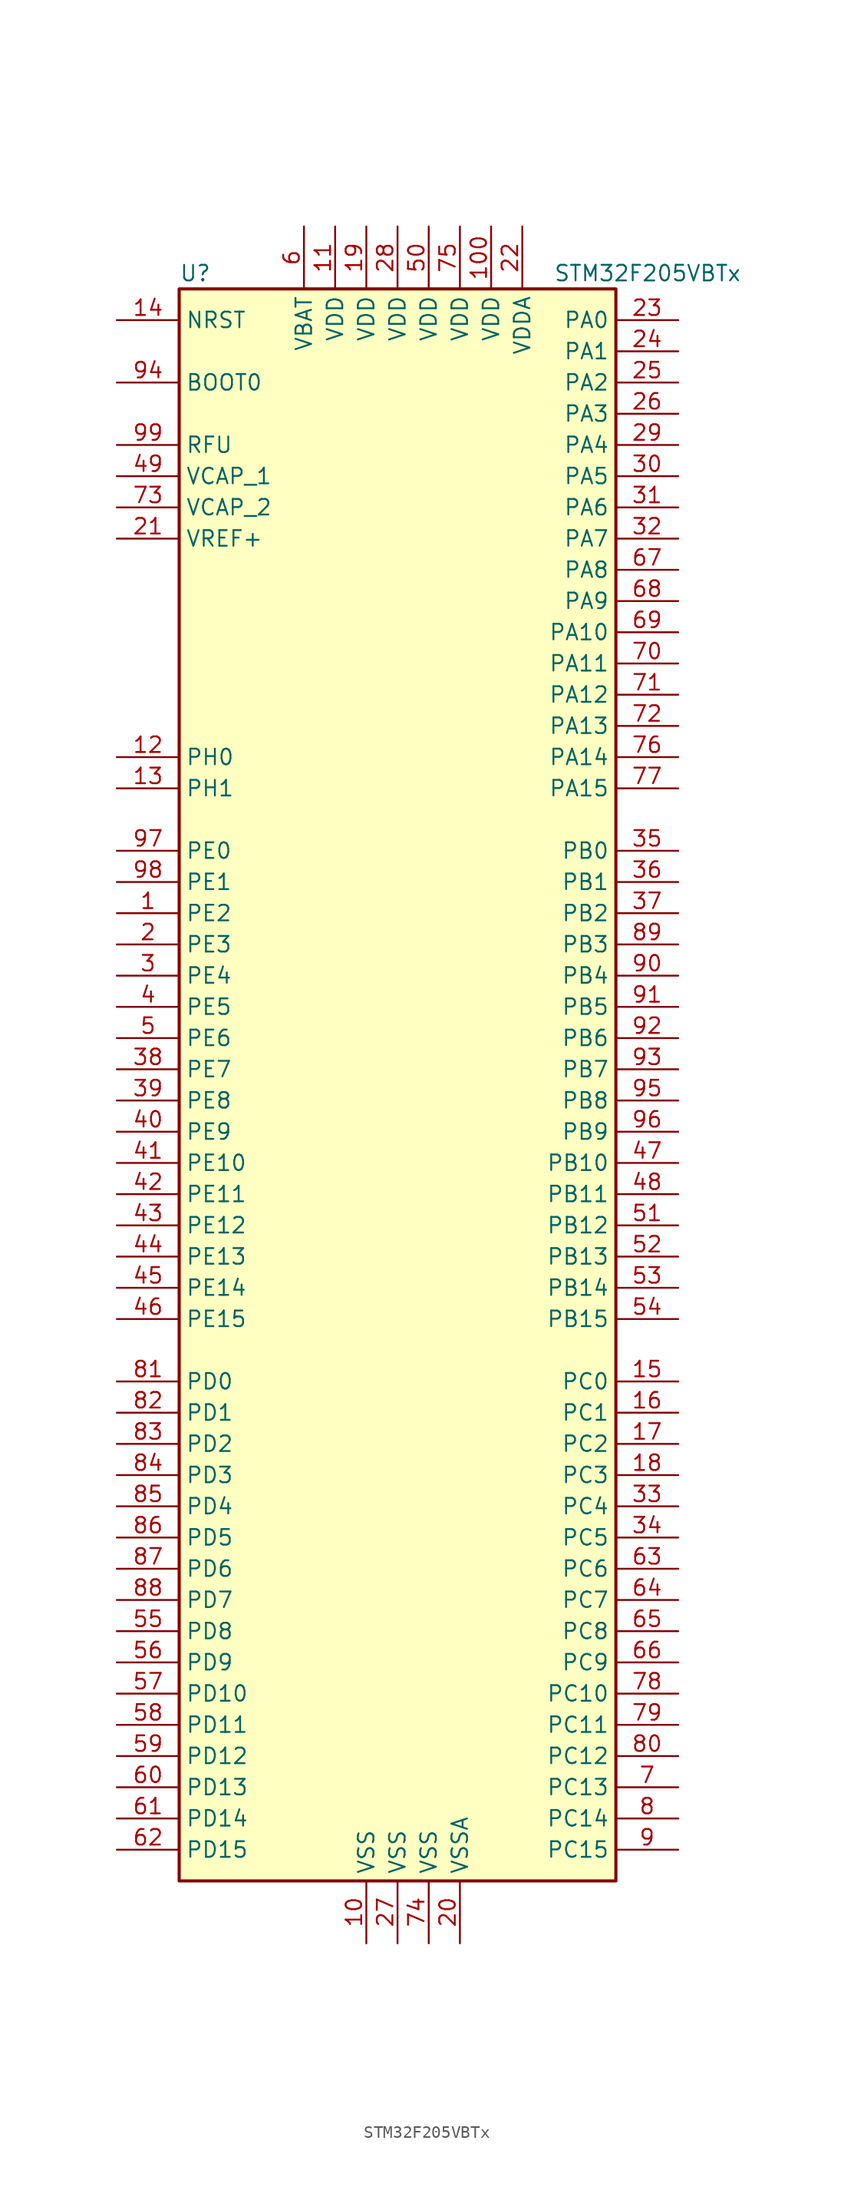
<source format=kicad_sym>
(kicad_symbol_lib
  (version 20201005)
  (generator kicad_symbol_editor)
  (symbol "STM32F205VBTx"
    (property "Reference" "U"
      (at -17.78 64.77 0)
      (effects (font (size 1.27 1.27)) (justify left)))
    (property "Value" "STM32F205VBTx"
      (at 12.7 64.77 0)
      (effects (font (size 1.27 1.27)) (justify left)))
    (symbol "STM32F205VBTx_0_1"
      (rectangle (start -17.78 -66.04) (end 17.78 63.5) (stroke (width 0.254)) (fill (type background))))
    (symbol "STM32F205VBTx_1_1"
      (pin bidirectional line (at -22.86 12.7 0) (length 5.08) (name "PE2" (effects (font (size 1.27 1.27)))) (number "1" (effects (font (size 1.27 1.27)))))
      (pin power_in line (at -2.54 -71.12 90) (length 5.08) (name "VSS" (effects (font (size 1.27 1.27)))) (number "10" (effects (font (size 1.27 1.27)))))
      (pin power_in line (at 7.62 68.58 270) (length 5.08) (name "VDD" (effects (font (size 1.27 1.27)))) (number "100" (effects (font (size 1.27 1.27)))))
      (pin power_in line (at -5.08 68.58 270) (length 5.08) (name "VDD" (effects (font (size 1.27 1.27)))) (number "11" (effects (font (size 1.27 1.27)))))
      (pin input line (at -22.86 25.4 0) (length 5.08) (name "PH0" (effects (font (size 1.27 1.27)))) (number "12" (effects (font (size 1.27 1.27)))))
      (pin input line (at -22.86 22.86 0) (length 5.08) (name "PH1" (effects (font (size 1.27 1.27)))) (number "13" (effects (font (size 1.27 1.27)))))
      (pin input line (at -22.86 60.96 0) (length 5.08) (name "NRST" (effects (font (size 1.27 1.27)))) (number "14" (effects (font (size 1.27 1.27)))))
      (pin bidirectional line (at 22.86 -25.4 180) (length 5.08) (name "PC0" (effects (font (size 1.27 1.27)))) (number "15" (effects (font (size 1.27 1.27)))))
      (pin bidirectional line (at 22.86 -27.94 180) (length 5.08) (name "PC1" (effects (font (size 1.27 1.27)))) (number "16" (effects (font (size 1.27 1.27)))))
      (pin bidirectional line (at 22.86 -30.48 180) (length 5.08) (name "PC2" (effects (font (size 1.27 1.27)))) (number "17" (effects (font (size 1.27 1.27)))))
      (pin bidirectional line (at 22.86 -33.02 180) (length 5.08) (name "PC3" (effects (font (size 1.27 1.27)))) (number "18" (effects (font (size 1.27 1.27)))))
      (pin power_in line (at -2.54 68.58 270) (length 5.08) (name "VDD" (effects (font (size 1.27 1.27)))) (number "19" (effects (font (size 1.27 1.27)))))
      (pin bidirectional line (at -22.86 10.16 0) (length 5.08) (name "PE3" (effects (font (size 1.27 1.27)))) (number "2" (effects (font (size 1.27 1.27)))))
      (pin power_in line (at 5.08 -71.12 90) (length 5.08) (name "VSSA" (effects (font (size 1.27 1.27)))) (number "20" (effects (font (size 1.27 1.27)))))
      (pin power_in line (at -22.86 43.18 0) (length 5.08) (name "VREF+" (effects (font (size 1.27 1.27)))) (number "21" (effects (font (size 1.27 1.27)))))
      (pin power_in line (at 10.16 68.58 270) (length 5.08) (name "VDDA" (effects (font (size 1.27 1.27)))) (number "22" (effects (font (size 1.27 1.27)))))
      (pin bidirectional line (at 22.86 60.96 180) (length 5.08) (name "PA0" (effects (font (size 1.27 1.27)))) (number "23" (effects (font (size 1.27 1.27)))))
      (pin bidirectional line (at 22.86 58.42 180) (length 5.08) (name "PA1" (effects (font (size 1.27 1.27)))) (number "24" (effects (font (size 1.27 1.27)))))
      (pin bidirectional line (at 22.86 55.88 180) (length 5.08) (name "PA2" (effects (font (size 1.27 1.27)))) (number "25" (effects (font (size 1.27 1.27)))))
      (pin bidirectional line (at 22.86 53.34 180) (length 5.08) (name "PA3" (effects (font (size 1.27 1.27)))) (number "26" (effects (font (size 1.27 1.27)))))
      (pin power_in line (at 0 -71.12 90) (length 5.08) (name "VSS" (effects (font (size 1.27 1.27)))) (number "27" (effects (font (size 1.27 1.27)))))
      (pin power_in line (at 0 68.58 270) (length 5.08) (name "VDD" (effects (font (size 1.27 1.27)))) (number "28" (effects (font (size 1.27 1.27)))))
      (pin bidirectional line (at 22.86 50.8 180) (length 5.08) (name "PA4" (effects (font (size 1.27 1.27)))) (number "29" (effects (font (size 1.27 1.27)))))
      (pin bidirectional line (at -22.86 7.62 0) (length 5.08) (name "PE4" (effects (font (size 1.27 1.27)))) (number "3" (effects (font (size 1.27 1.27)))))
      (pin bidirectional line (at 22.86 48.26 180) (length 5.08) (name "PA5" (effects (font (size 1.27 1.27)))) (number "30" (effects (font (size 1.27 1.27)))))
      (pin bidirectional line (at 22.86 45.72 180) (length 5.08) (name "PA6" (effects (font (size 1.27 1.27)))) (number "31" (effects (font (size 1.27 1.27)))))
      (pin bidirectional line (at 22.86 43.18 180) (length 5.08) (name "PA7" (effects (font (size 1.27 1.27)))) (number "32" (effects (font (size 1.27 1.27)))))
      (pin bidirectional line (at 22.86 -35.56 180) (length 5.08) (name "PC4" (effects (font (size 1.27 1.27)))) (number "33" (effects (font (size 1.27 1.27)))))
      (pin bidirectional line (at 22.86 -38.1 180) (length 5.08) (name "PC5" (effects (font (size 1.27 1.27)))) (number "34" (effects (font (size 1.27 1.27)))))
      (pin bidirectional line (at 22.86 17.78 180) (length 5.08) (name "PB0" (effects (font (size 1.27 1.27)))) (number "35" (effects (font (size 1.27 1.27)))))
      (pin bidirectional line (at 22.86 15.24 180) (length 5.08) (name "PB1" (effects (font (size 1.27 1.27)))) (number "36" (effects (font (size 1.27 1.27)))))
      (pin bidirectional line (at 22.86 12.7 180) (length 5.08) (name "PB2" (effects (font (size 1.27 1.27)))) (number "37" (effects (font (size 1.27 1.27)))))
      (pin bidirectional line (at -22.86 0 0) (length 5.08) (name "PE7" (effects (font (size 1.27 1.27)))) (number "38" (effects (font (size 1.27 1.27)))))
      (pin bidirectional line (at -22.86 -2.54 0) (length 5.08) (name "PE8" (effects (font (size 1.27 1.27)))) (number "39" (effects (font (size 1.27 1.27)))))
      (pin bidirectional line (at -22.86 5.08 0) (length 5.08) (name "PE5" (effects (font (size 1.27 1.27)))) (number "4" (effects (font (size 1.27 1.27)))))
      (pin bidirectional line (at -22.86 -5.08 0) (length 5.08) (name "PE9" (effects (font (size 1.27 1.27)))) (number "40" (effects (font (size 1.27 1.27)))))
      (pin bidirectional line (at -22.86 -7.62 0) (length 5.08) (name "PE10" (effects (font (size 1.27 1.27)))) (number "41" (effects (font (size 1.27 1.27)))))
      (pin bidirectional line (at -22.86 -10.16 0) (length 5.08) (name "PE11" (effects (font (size 1.27 1.27)))) (number "42" (effects (font (size 1.27 1.27)))))
      (pin bidirectional line (at -22.86 -12.7 0) (length 5.08) (name "PE12" (effects (font (size 1.27 1.27)))) (number "43" (effects (font (size 1.27 1.27)))))
      (pin bidirectional line (at -22.86 -15.24 0) (length 5.08) (name "PE13" (effects (font (size 1.27 1.27)))) (number "44" (effects (font (size 1.27 1.27)))))
      (pin bidirectional line (at -22.86 -17.78 0) (length 5.08) (name "PE14" (effects (font (size 1.27 1.27)))) (number "45" (effects (font (size 1.27 1.27)))))
      (pin bidirectional line (at -22.86 -20.32 0) (length 5.08) (name "PE15" (effects (font (size 1.27 1.27)))) (number "46" (effects (font (size 1.27 1.27)))))
      (pin bidirectional line (at 22.86 -7.62 180) (length 5.08) (name "PB10" (effects (font (size 1.27 1.27)))) (number "47" (effects (font (size 1.27 1.27)))))
      (pin bidirectional line (at 22.86 -10.16 180) (length 5.08) (name "PB11" (effects (font (size 1.27 1.27)))) (number "48" (effects (font (size 1.27 1.27)))))
      (pin power_in line (at -22.86 48.26 0) (length 5.08) (name "VCAP_1" (effects (font (size 1.27 1.27)))) (number "49" (effects (font (size 1.27 1.27)))))
      (pin bidirectional line (at -22.86 2.54 0) (length 5.08) (name "PE6" (effects (font (size 1.27 1.27)))) (number "5" (effects (font (size 1.27 1.27)))))
      (pin power_in line (at 2.54 68.58 270) (length 5.08) (name "VDD" (effects (font (size 1.27 1.27)))) (number "50" (effects (font (size 1.27 1.27)))))
      (pin bidirectional line (at 22.86 -12.7 180) (length 5.08) (name "PB12" (effects (font (size 1.27 1.27)))) (number "51" (effects (font (size 1.27 1.27)))))
      (pin bidirectional line (at 22.86 -15.24 180) (length 5.08) (name "PB13" (effects (font (size 1.27 1.27)))) (number "52" (effects (font (size 1.27 1.27)))))
      (pin bidirectional line (at 22.86 -17.78 180) (length 5.08) (name "PB14" (effects (font (size 1.27 1.27)))) (number "53" (effects (font (size 1.27 1.27)))))
      (pin bidirectional line (at 22.86 -20.32 180) (length 5.08) (name "PB15" (effects (font (size 1.27 1.27)))) (number "54" (effects (font (size 1.27 1.27)))))
      (pin bidirectional line (at -22.86 -45.72 0) (length 5.08) (name "PD8" (effects (font (size 1.27 1.27)))) (number "55" (effects (font (size 1.27 1.27)))))
      (pin bidirectional line (at -22.86 -48.26 0) (length 5.08) (name "PD9" (effects (font (size 1.27 1.27)))) (number "56" (effects (font (size 1.27 1.27)))))
      (pin bidirectional line (at -22.86 -50.8 0) (length 5.08) (name "PD10" (effects (font (size 1.27 1.27)))) (number "57" (effects (font (size 1.27 1.27)))))
      (pin bidirectional line (at -22.86 -53.34 0) (length 5.08) (name "PD11" (effects (font (size 1.27 1.27)))) (number "58" (effects (font (size 1.27 1.27)))))
      (pin bidirectional line (at -22.86 -55.88 0) (length 5.08) (name "PD12" (effects (font (size 1.27 1.27)))) (number "59" (effects (font (size 1.27 1.27)))))
      (pin power_in line (at -7.62 68.58 270) (length 5.08) (name "VBAT" (effects (font (size 1.27 1.27)))) (number "6" (effects (font (size 1.27 1.27)))))
      (pin bidirectional line (at -22.86 -58.42 0) (length 5.08) (name "PD13" (effects (font (size 1.27 1.27)))) (number "60" (effects (font (size 1.27 1.27)))))
      (pin bidirectional line (at -22.86 -60.96 0) (length 5.08) (name "PD14" (effects (font (size 1.27 1.27)))) (number "61" (effects (font (size 1.27 1.27)))))
      (pin bidirectional line (at -22.86 -63.5 0) (length 5.08) (name "PD15" (effects (font (size 1.27 1.27)))) (number "62" (effects (font (size 1.27 1.27)))))
      (pin bidirectional line (at 22.86 -40.64 180) (length 5.08) (name "PC6" (effects (font (size 1.27 1.27)))) (number "63" (effects (font (size 1.27 1.27)))))
      (pin bidirectional line (at 22.86 -43.18 180) (length 5.08) (name "PC7" (effects (font (size 1.27 1.27)))) (number "64" (effects (font (size 1.27 1.27)))))
      (pin bidirectional line (at 22.86 -45.72 180) (length 5.08) (name "PC8" (effects (font (size 1.27 1.27)))) (number "65" (effects (font (size 1.27 1.27)))))
      (pin bidirectional line (at 22.86 -48.26 180) (length 5.08) (name "PC9" (effects (font (size 1.27 1.27)))) (number "66" (effects (font (size 1.27 1.27)))))
      (pin bidirectional line (at 22.86 40.64 180) (length 5.08) (name "PA8" (effects (font (size 1.27 1.27)))) (number "67" (effects (font (size 1.27 1.27)))))
      (pin bidirectional line (at 22.86 38.1 180) (length 5.08) (name "PA9" (effects (font (size 1.27 1.27)))) (number "68" (effects (font (size 1.27 1.27)))))
      (pin bidirectional line (at 22.86 35.56 180) (length 5.08) (name "PA10" (effects (font (size 1.27 1.27)))) (number "69" (effects (font (size 1.27 1.27)))))
      (pin bidirectional line (at 22.86 -58.42 180) (length 5.08) (name "PC13" (effects (font (size 1.27 1.27)))) (number "7" (effects (font (size 1.27 1.27)))))
      (pin bidirectional line (at 22.86 33.02 180) (length 5.08) (name "PA11" (effects (font (size 1.27 1.27)))) (number "70" (effects (font (size 1.27 1.27)))))
      (pin bidirectional line (at 22.86 30.48 180) (length 5.08) (name "PA12" (effects (font (size 1.27 1.27)))) (number "71" (effects (font (size 1.27 1.27)))))
      (pin bidirectional line (at 22.86 27.94 180) (length 5.08) (name "PA13" (effects (font (size 1.27 1.27)))) (number "72" (effects (font (size 1.27 1.27)))))
      (pin power_in line (at -22.86 45.72 0) (length 5.08) (name "VCAP_2" (effects (font (size 1.27 1.27)))) (number "73" (effects (font (size 1.27 1.27)))))
      (pin power_in line (at 2.54 -71.12 90) (length 5.08) (name "VSS" (effects (font (size 1.27 1.27)))) (number "74" (effects (font (size 1.27 1.27)))))
      (pin power_in line (at 5.08 68.58 270) (length 5.08) (name "VDD" (effects (font (size 1.27 1.27)))) (number "75" (effects (font (size 1.27 1.27)))))
      (pin bidirectional line (at 22.86 25.4 180) (length 5.08) (name "PA14" (effects (font (size 1.27 1.27)))) (number "76" (effects (font (size 1.27 1.27)))))
      (pin bidirectional line (at 22.86 22.86 180) (length 5.08) (name "PA15" (effects (font (size 1.27 1.27)))) (number "77" (effects (font (size 1.27 1.27)))))
      (pin bidirectional line (at 22.86 -50.8 180) (length 5.08) (name "PC10" (effects (font (size 1.27 1.27)))) (number "78" (effects (font (size 1.27 1.27)))))
      (pin bidirectional line (at 22.86 -53.34 180) (length 5.08) (name "PC11" (effects (font (size 1.27 1.27)))) (number "79" (effects (font (size 1.27 1.27)))))
      (pin bidirectional line (at 22.86 -60.96 180) (length 5.08) (name "PC14" (effects (font (size 1.27 1.27)))) (number "8" (effects (font (size 1.27 1.27)))))
      (pin bidirectional line (at 22.86 -55.88 180) (length 5.08) (name "PC12" (effects (font (size 1.27 1.27)))) (number "80" (effects (font (size 1.27 1.27)))))
      (pin bidirectional line (at -22.86 -25.4 0) (length 5.08) (name "PD0" (effects (font (size 1.27 1.27)))) (number "81" (effects (font (size 1.27 1.27)))))
      (pin bidirectional line (at -22.86 -27.94 0) (length 5.08) (name "PD1" (effects (font (size 1.27 1.27)))) (number "82" (effects (font (size 1.27 1.27)))))
      (pin bidirectional line (at -22.86 -30.48 0) (length 5.08) (name "PD2" (effects (font (size 1.27 1.27)))) (number "83" (effects (font (size 1.27 1.27)))))
      (pin bidirectional line (at -22.86 -33.02 0) (length 5.08) (name "PD3" (effects (font (size 1.27 1.27)))) (number "84" (effects (font (size 1.27 1.27)))))
      (pin bidirectional line (at -22.86 -35.56 0) (length 5.08) (name "PD4" (effects (font (size 1.27 1.27)))) (number "85" (effects (font (size 1.27 1.27)))))
      (pin bidirectional line (at -22.86 -38.1 0) (length 5.08) (name "PD5" (effects (font (size 1.27 1.27)))) (number "86" (effects (font (size 1.27 1.27)))))
      (pin bidirectional line (at -22.86 -40.64 0) (length 5.08) (name "PD6" (effects (font (size 1.27 1.27)))) (number "87" (effects (font (size 1.27 1.27)))))
      (pin bidirectional line (at -22.86 -43.18 0) (length 5.08) (name "PD7" (effects (font (size 1.27 1.27)))) (number "88" (effects (font (size 1.27 1.27)))))
      (pin bidirectional line (at 22.86 10.16 180) (length 5.08) (name "PB3" (effects (font (size 1.27 1.27)))) (number "89" (effects (font (size 1.27 1.27)))))
      (pin bidirectional line (at 22.86 -63.5 180) (length 5.08) (name "PC15" (effects (font (size 1.27 1.27)))) (number "9" (effects (font (size 1.27 1.27)))))
      (pin bidirectional line (at 22.86 7.62 180) (length 5.08) (name "PB4" (effects (font (size 1.27 1.27)))) (number "90" (effects (font (size 1.27 1.27)))))
      (pin bidirectional line (at 22.86 5.08 180) (length 5.08) (name "PB5" (effects (font (size 1.27 1.27)))) (number "91" (effects (font (size 1.27 1.27)))))
      (pin bidirectional line (at 22.86 2.54 180) (length 5.08) (name "PB6" (effects (font (size 1.27 1.27)))) (number "92" (effects (font (size 1.27 1.27)))))
      (pin bidirectional line (at 22.86 0 180) (length 5.08) (name "PB7" (effects (font (size 1.27 1.27)))) (number "93" (effects (font (size 1.27 1.27)))))
      (pin input line (at -22.86 55.88 0) (length 5.08) (name "BOOT0" (effects (font (size 1.27 1.27)))) (number "94" (effects (font (size 1.27 1.27)))))
      (pin bidirectional line (at 22.86 -2.54 180) (length 5.08) (name "PB8" (effects (font (size 1.27 1.27)))) (number "95" (effects (font (size 1.27 1.27)))))
      (pin bidirectional line (at 22.86 -5.08 180) (length 5.08) (name "PB9" (effects (font (size 1.27 1.27)))) (number "96" (effects (font (size 1.27 1.27)))))
      (pin bidirectional line (at -22.86 17.78 0) (length 5.08) (name "PE0" (effects (font (size 1.27 1.27)))) (number "97" (effects (font (size 1.27 1.27)))))
      (pin bidirectional line (at -22.86 15.24 0) (length 5.08) (name "PE1" (effects (font (size 1.27 1.27)))) (number "98" (effects (font (size 1.27 1.27)))))
      (pin power_in line (at -22.86 50.8 0) (length 5.08) (name "RFU" (effects (font (size 1.27 1.27)))) (number "99" (effects (font (size 1.27 1.27))))))))
</source>
